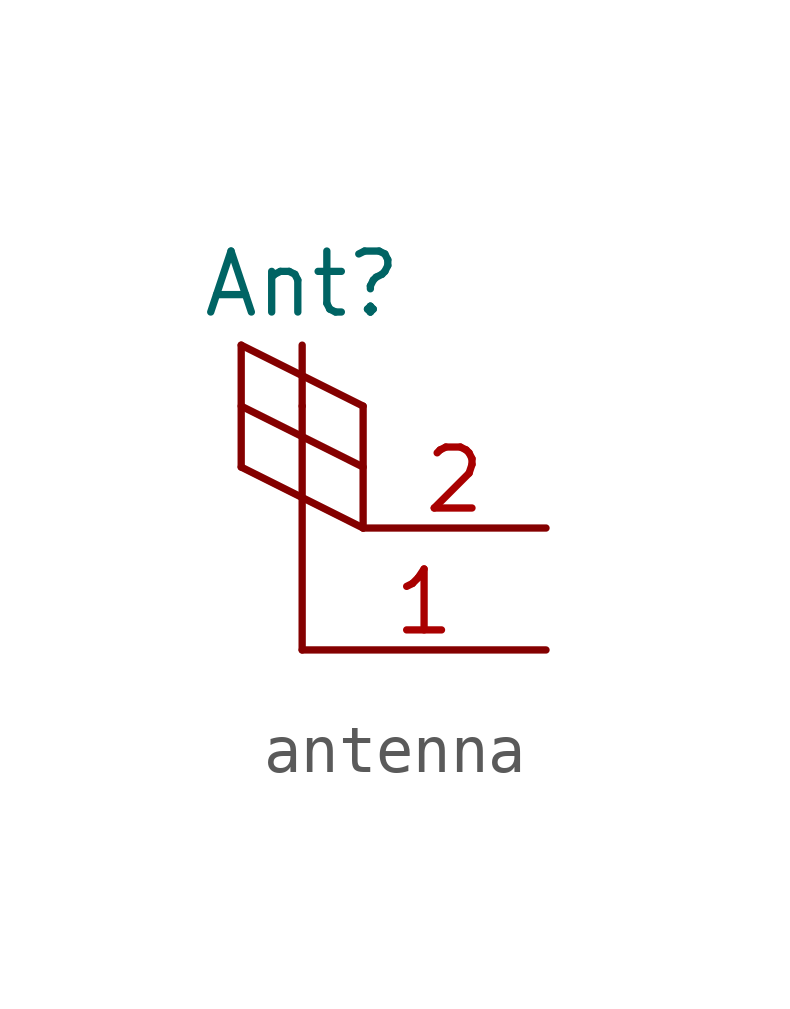
<source format=kicad_sym>
(kicad_symbol_lib
  (version 20211014)
  (generator kicad_symbol_editor)
  (symbol "antenna"
    (pin_names
      (offset 1.016))
    (property "Reference" "Ant"
      (at 0 7.62 0)
      (effects (font (size 1.27 1.27))))
    (property "Footprint" ""
      (at 0 0 0)
      (effects (font (size 1.27 1.27))))
    (property "Datasheet" ""
      (at 0 7.62 0)
      (effects (font (size 1.27 1.27))))
    (symbol "antenna_0_1"
      (polyline (pts (xy -1.27 6.35) (xy -1.27 3.81)) (stroke (width 0) (type default) (color 0 0 0 0)) (fill (type none)))
      (polyline (pts (xy 0 0) (xy 0 5.08)) (stroke (width 0) (type default) (color 0 0 0 0)) (fill (type none)))
      (polyline (pts (xy 0 5.08) (xy 0 6.35)) (stroke (width 0) (type default) (color 0 0 0 0)) (fill (type none)))
      (polyline (pts (xy 1.27 2.54) (xy -1.27 3.81)) (stroke (width 0) (type default) (color 0 0 0 0)) (fill (type none)))
      (polyline (pts (xy 1.27 3.81) (xy -1.27 5.08)) (stroke (width 0) (type default) (color 0 0 0 0)) (fill (type none)))
      (polyline (pts (xy 1.27 5.08) (xy -1.27 6.35)) (stroke (width 0) (type default) (color 0 0 0 0)) (fill (type none)))
      (polyline (pts (xy 1.27 5.08) (xy 1.27 2.54)) (stroke (width 0) (type default) (color 0 0 0 0)) (fill (type none))))
    (symbol "antenna_1_1"
      (pin input line (at 5.08 0 180) (length 5.08) (name "~" (effects (font (size 1.27 1.27)))) (number "1" (effects (font (size 1.27 1.27)))))
      (pin input line (at 5.08 2.54 180) (length 3.81) (name "~" (effects (font (size 1.27 1.27)))) (number "2" (effects (font (size 1.27 1.27))))))))
</source>
